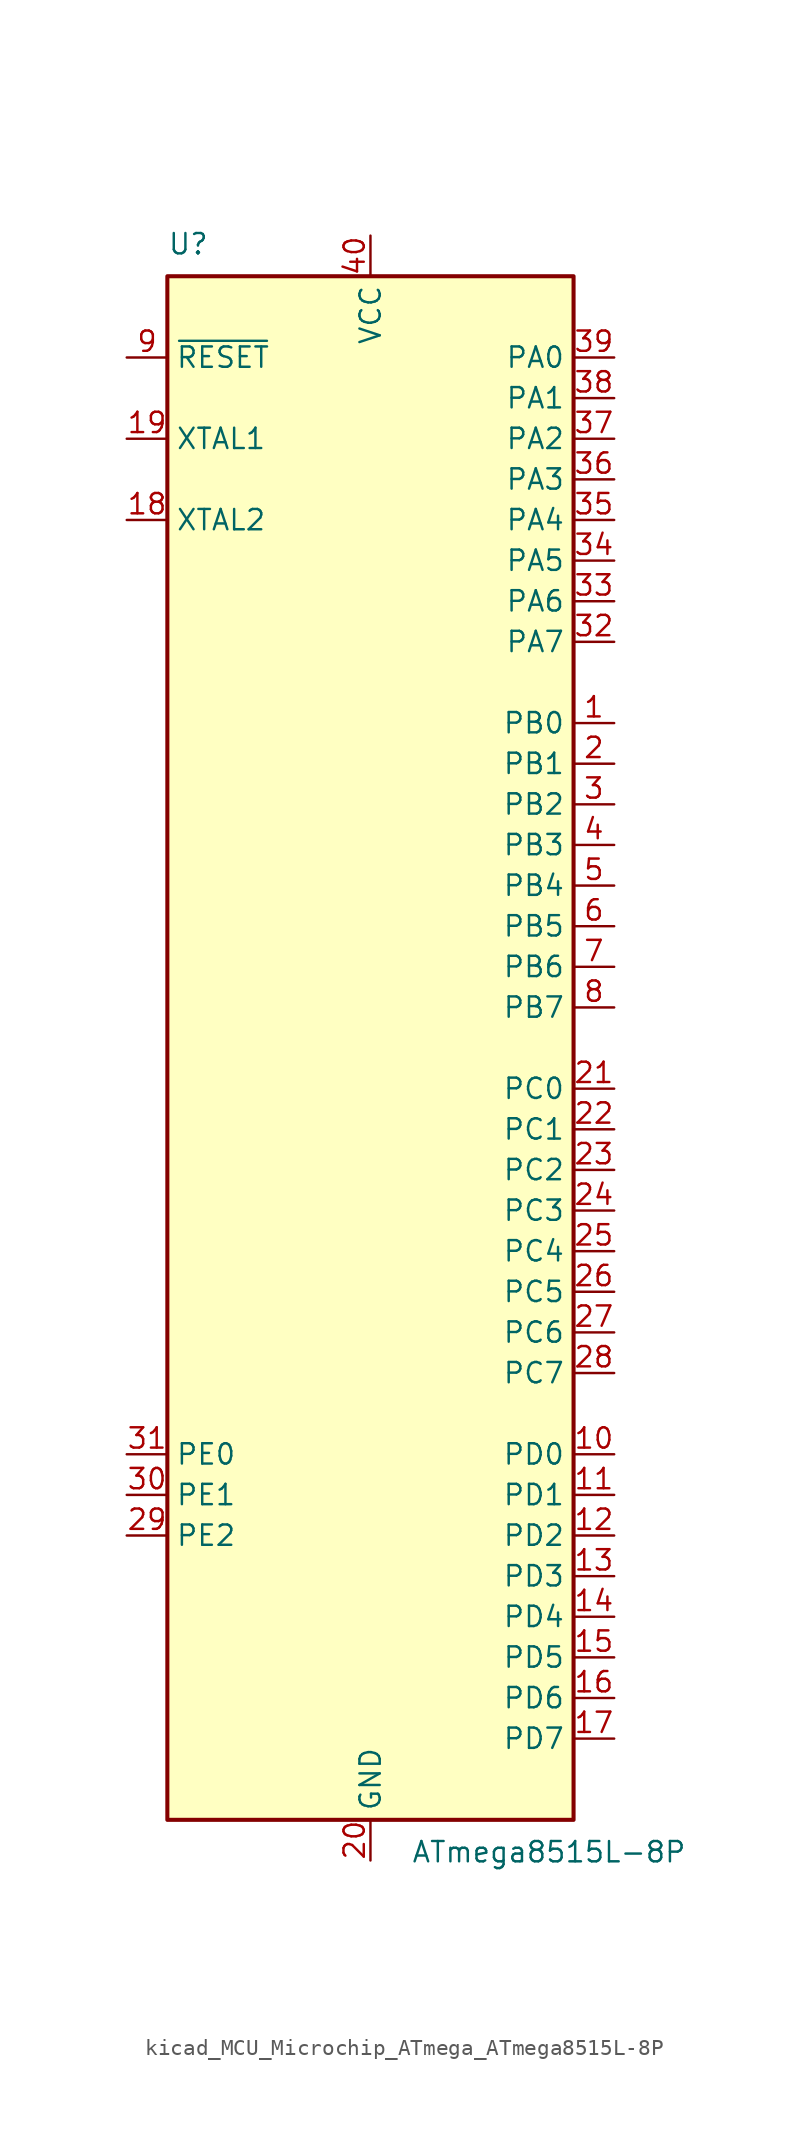
<source format=kicad_sym>
(kicad_symbol_lib
  (version 20220914)
  (generator kicad_symbol_editor)
  (symbol "kicad_MCU_Microchip_ATmega_ATmega8515L-8P"
    (property "Reference" "U"
      (at -12.7 49.53 0)
      (effects (font (size 1.27 1.27)) (justify left bottom)))
    (property "Value" "ATmega8515L-8P"
      (at 2.54 -49.53 0)
      (effects (font (size 1.27 1.27)) (justify left top)))
    (symbol "kicad_MCU_Microchip_ATmega_ATmega8515L-8P_0_1"
      (rectangle (start -12.7 -48.26) (end 12.7 48.26) (stroke (width 0.254) (type default)) (fill (type background))))
    (symbol "kicad_MCU_Microchip_ATmega_ATmega8515L-8P_1_1"
      (pin bidirectional line (at 15.24 20.32 180) (length 2.54) (name "PB0" (effects (font (size 1.27 1.27)))) (number "1" (effects (font (size 1.27 1.27)))))
      (pin bidirectional line (at 15.24 -25.4 180) (length 2.54) (name "PD0" (effects (font (size 1.27 1.27)))) (number "10" (effects (font (size 1.27 1.27)))))
      (pin bidirectional line (at 15.24 -27.94 180) (length 2.54) (name "PD1" (effects (font (size 1.27 1.27)))) (number "11" (effects (font (size 1.27 1.27)))))
      (pin bidirectional line (at 15.24 -30.48 180) (length 2.54) (name "PD2" (effects (font (size 1.27 1.27)))) (number "12" (effects (font (size 1.27 1.27)))))
      (pin bidirectional line (at 15.24 -33.02 180) (length 2.54) (name "PD3" (effects (font (size 1.27 1.27)))) (number "13" (effects (font (size 1.27 1.27)))))
      (pin bidirectional line (at 15.24 -35.56 180) (length 2.54) (name "PD4" (effects (font (size 1.27 1.27)))) (number "14" (effects (font (size 1.27 1.27)))))
      (pin bidirectional line (at 15.24 -38.1 180) (length 2.54) (name "PD5" (effects (font (size 1.27 1.27)))) (number "15" (effects (font (size 1.27 1.27)))))
      (pin bidirectional line (at 15.24 -40.64 180) (length 2.54) (name "PD6" (effects (font (size 1.27 1.27)))) (number "16" (effects (font (size 1.27 1.27)))))
      (pin bidirectional line (at 15.24 -43.18 180) (length 2.54) (name "PD7" (effects (font (size 1.27 1.27)))) (number "17" (effects (font (size 1.27 1.27)))))
      (pin output line (at -15.24 33.02 0) (length 2.54) (name "XTAL2" (effects (font (size 1.27 1.27)))) (number "18" (effects (font (size 1.27 1.27)))))
      (pin input line (at -15.24 38.1 0) (length 2.54) (name "XTAL1" (effects (font (size 1.27 1.27)))) (number "19" (effects (font (size 1.27 1.27)))))
      (pin bidirectional line (at 15.24 17.78 180) (length 2.54) (name "PB1" (effects (font (size 1.27 1.27)))) (number "2" (effects (font (size 1.27 1.27)))))
      (pin power_in line (at 0 -50.8 90) (length 2.54) (name "GND" (effects (font (size 1.27 1.27)))) (number "20" (effects (font (size 1.27 1.27)))))
      (pin bidirectional line (at 15.24 -2.54 180) (length 2.54) (name "PC0" (effects (font (size 1.27 1.27)))) (number "21" (effects (font (size 1.27 1.27)))))
      (pin bidirectional line (at 15.24 -5.08 180) (length 2.54) (name "PC1" (effects (font (size 1.27 1.27)))) (number "22" (effects (font (size 1.27 1.27)))))
      (pin bidirectional line (at 15.24 -7.62 180) (length 2.54) (name "PC2" (effects (font (size 1.27 1.27)))) (number "23" (effects (font (size 1.27 1.27)))))
      (pin bidirectional line (at 15.24 -10.16 180) (length 2.54) (name "PC3" (effects (font (size 1.27 1.27)))) (number "24" (effects (font (size 1.27 1.27)))))
      (pin bidirectional line (at 15.24 -12.7 180) (length 2.54) (name "PC4" (effects (font (size 1.27 1.27)))) (number "25" (effects (font (size 1.27 1.27)))))
      (pin bidirectional line (at 15.24 -15.24 180) (length 2.54) (name "PC5" (effects (font (size 1.27 1.27)))) (number "26" (effects (font (size 1.27 1.27)))))
      (pin bidirectional line (at 15.24 -17.78 180) (length 2.54) (name "PC6" (effects (font (size 1.27 1.27)))) (number "27" (effects (font (size 1.27 1.27)))))
      (pin bidirectional line (at 15.24 -20.32 180) (length 2.54) (name "PC7" (effects (font (size 1.27 1.27)))) (number "28" (effects (font (size 1.27 1.27)))))
      (pin bidirectional line (at -15.24 -30.48 0) (length 2.54) (name "PE2" (effects (font (size 1.27 1.27)))) (number "29" (effects (font (size 1.27 1.27)))))
      (pin bidirectional line (at 15.24 15.24 180) (length 2.54) (name "PB2" (effects (font (size 1.27 1.27)))) (number "3" (effects (font (size 1.27 1.27)))))
      (pin bidirectional line (at -15.24 -27.94 0) (length 2.54) (name "PE1" (effects (font (size 1.27 1.27)))) (number "30" (effects (font (size 1.27 1.27)))))
      (pin bidirectional line (at -15.24 -25.4 0) (length 2.54) (name "PE0" (effects (font (size 1.27 1.27)))) (number "31" (effects (font (size 1.27 1.27)))))
      (pin bidirectional line (at 15.24 25.4 180) (length 2.54) (name "PA7" (effects (font (size 1.27 1.27)))) (number "32" (effects (font (size 1.27 1.27)))))
      (pin bidirectional line (at 15.24 27.94 180) (length 2.54) (name "PA6" (effects (font (size 1.27 1.27)))) (number "33" (effects (font (size 1.27 1.27)))))
      (pin bidirectional line (at 15.24 30.48 180) (length 2.54) (name "PA5" (effects (font (size 1.27 1.27)))) (number "34" (effects (font (size 1.27 1.27)))))
      (pin bidirectional line (at 15.24 33.02 180) (length 2.54) (name "PA4" (effects (font (size 1.27 1.27)))) (number "35" (effects (font (size 1.27 1.27)))))
      (pin bidirectional line (at 15.24 35.56 180) (length 2.54) (name "PA3" (effects (font (size 1.27 1.27)))) (number "36" (effects (font (size 1.27 1.27)))))
      (pin bidirectional line (at 15.24 38.1 180) (length 2.54) (name "PA2" (effects (font (size 1.27 1.27)))) (number "37" (effects (font (size 1.27 1.27)))))
      (pin bidirectional line (at 15.24 40.64 180) (length 2.54) (name "PA1" (effects (font (size 1.27 1.27)))) (number "38" (effects (font (size 1.27 1.27)))))
      (pin bidirectional line (at 15.24 43.18 180) (length 2.54) (name "PA0" (effects (font (size 1.27 1.27)))) (number "39" (effects (font (size 1.27 1.27)))))
      (pin bidirectional line (at 15.24 12.7 180) (length 2.54) (name "PB3" (effects (font (size 1.27 1.27)))) (number "4" (effects (font (size 1.27 1.27)))))
      (pin power_in line (at 0 50.8 270) (length 2.54) (name "VCC" (effects (font (size 1.27 1.27)))) (number "40" (effects (font (size 1.27 1.27)))))
      (pin bidirectional line (at 15.24 10.16 180) (length 2.54) (name "PB4" (effects (font (size 1.27 1.27)))) (number "5" (effects (font (size 1.27 1.27)))))
      (pin bidirectional line (at 15.24 7.62 180) (length 2.54) (name "PB5" (effects (font (size 1.27 1.27)))) (number "6" (effects (font (size 1.27 1.27)))))
      (pin bidirectional line (at 15.24 5.08 180) (length 2.54) (name "PB6" (effects (font (size 1.27 1.27)))) (number "7" (effects (font (size 1.27 1.27)))))
      (pin bidirectional line (at 15.24 2.54 180) (length 2.54) (name "PB7" (effects (font (size 1.27 1.27)))) (number "8" (effects (font (size 1.27 1.27)))))
      (pin input line (at -15.24 43.18 0) (length 2.54) (name "~{RESET}" (effects (font (size 1.27 1.27)))) (number "9" (effects (font (size 1.27 1.27))))))))
</source>
